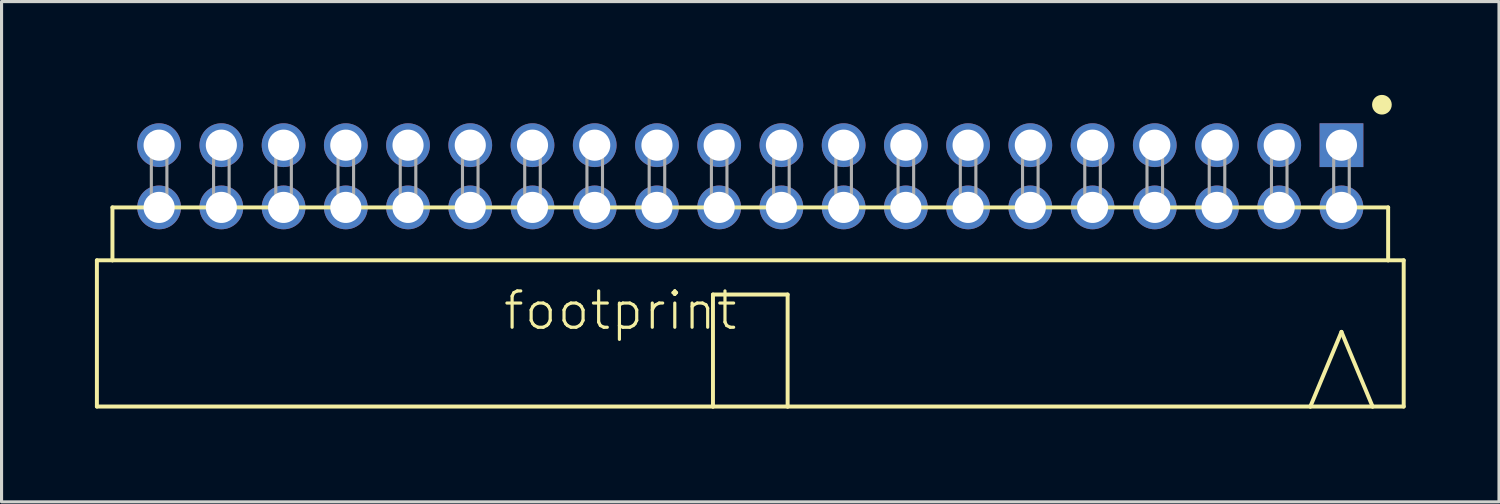
<source format=kicad_pcb>
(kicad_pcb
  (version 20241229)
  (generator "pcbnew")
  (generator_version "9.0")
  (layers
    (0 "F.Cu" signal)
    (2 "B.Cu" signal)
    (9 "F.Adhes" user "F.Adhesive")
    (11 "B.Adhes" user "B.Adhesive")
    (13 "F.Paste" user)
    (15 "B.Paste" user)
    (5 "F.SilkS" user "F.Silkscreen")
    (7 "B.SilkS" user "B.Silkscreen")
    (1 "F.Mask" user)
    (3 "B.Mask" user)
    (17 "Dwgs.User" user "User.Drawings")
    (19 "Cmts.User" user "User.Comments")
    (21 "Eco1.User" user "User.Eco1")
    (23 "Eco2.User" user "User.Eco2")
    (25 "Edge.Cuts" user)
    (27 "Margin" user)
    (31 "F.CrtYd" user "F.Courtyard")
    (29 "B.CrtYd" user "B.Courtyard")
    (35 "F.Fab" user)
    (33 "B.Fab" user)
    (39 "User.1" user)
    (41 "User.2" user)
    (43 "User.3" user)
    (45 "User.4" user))
  (footprint "footprint"
    (layer "F.Cu")
    (at 21.064 2.616)
    (property "Reference" "footprint" (at -8 5 0) (layer "F.SilkS") (effects (font (size 1.168 1.168) (thickness 0.102)) (justify left bottom)))
    (fp_line (start -21 2.7) (end -20.5 2.7) (stroke (width 0.127) (type solid)) (layer "F.SilkS"))
    (fp_line (start -21 7.4) (end -21 2.7) (stroke (width 0.127) (type solid)) (layer "F.SilkS"))
    (fp_line (start -21 7.4) (end -1.2 7.4) (stroke (width 0.127) (type solid)) (layer "F.SilkS"))
    (fp_line (start -20.5 1) (end -20.5 2.7) (stroke (width 0.127) (type solid)) (layer "F.SilkS"))
    (fp_line (start -20.5 2.7) (end 20.5 2.7) (stroke (width 0.127) (type solid)) (layer "F.SilkS"))
    (fp_line (start -1.2 3.8) (end 1.2 3.8) (stroke (width 0.127) (type solid)) (layer "F.SilkS"))
    (fp_line (start -1.2 7.4) (end -1.2 3.8) (stroke (width 0.127) (type solid)) (layer "F.SilkS"))
    (fp_line (start -1.2 7.4) (end 1.2 7.4) (stroke (width 0.127) (type solid)) (layer "F.SilkS"))
    (fp_line (start 1.2 7.4) (end 1.2 3.8) (stroke (width 0.127) (type solid)) (layer "F.SilkS"))
    (fp_line (start 1.2 7.4) (end 18 7.4) (stroke (width 0.127) (type solid)) (layer "F.SilkS"))
    (fp_line (start 18 7.4) (end 20 7.4) (stroke (width 0.127) (type solid)) (layer "F.SilkS"))
    (fp_line (start 19 5) (end 18 7.4) (stroke (width 0.127) (type solid)) (layer "F.SilkS"))
    (fp_line (start 20 7.4) (end 19 5) (stroke (width 0.127) (type solid)) (layer "F.SilkS"))
    (fp_line (start 20 7.4) (end 21 7.4) (stroke (width 0.127) (type solid)) (layer "F.SilkS"))
    (fp_line (start 20.5 1) (end -20.5 1) (stroke (width 0.127) (type solid)) (layer "F.SilkS"))
    (fp_line (start 20.5 1) (end 20.5 2.7) (stroke (width 0.127) (type solid)) (layer "F.SilkS"))
    (fp_line (start 20.5 2.7) (end 21 2.7) (stroke (width 0.127) (type solid)) (layer "F.SilkS"))
    (fp_line (start 21 7.4) (end 21 2.7) (stroke (width 0.127) (type solid)) (layer "F.SilkS"))
    (fp_circle (center 20.3 -2.3) (end 20.458 -2.3) (stroke (width 0.316) (type solid)) (fill yes) (layer "F.SilkS"))
    (fp_poly (pts (xy -19.25 1) (xy -18.75 1) (xy -18.75 -1.25) (xy -19.25 -1.25)) (stroke (width 0.1) (type solid)) (fill no) (layer "F.Fab"))
    (fp_poly (pts (xy -17.25 1) (xy -16.75 1) (xy -16.75 -1.25) (xy -17.25 -1.25)) (stroke (width 0.1) (type solid)) (fill no) (layer "F.Fab"))
    (fp_poly (pts (xy -15.25 1) (xy -14.75 1) (xy -14.75 -1.25) (xy -15.25 -1.25)) (stroke (width 0.1) (type solid)) (fill no) (layer "F.Fab"))
    (fp_poly (pts (xy -13.25 1) (xy -12.75 1) (xy -12.75 -1.25) (xy -13.25 -1.25)) (stroke (width 0.1) (type solid)) (fill no) (layer "F.Fab"))
    (fp_poly (pts (xy -11.25 1) (xy -10.75 1) (xy -10.75 -1.25) (xy -11.25 -1.25)) (stroke (width 0.1) (type solid)) (fill no) (layer "F.Fab"))
    (fp_poly (pts (xy -9.25 1) (xy -8.75 1) (xy -8.75 -1.25) (xy -9.25 -1.25)) (stroke (width 0.1) (type solid)) (fill no) (layer "F.Fab"))
    (fp_poly (pts (xy -7.25 1) (xy -6.75 1) (xy -6.75 -1.25) (xy -7.25 -1.25)) (stroke (width 0.1) (type solid)) (fill no) (layer "F.Fab"))
    (fp_poly (pts (xy -5.25 1) (xy -4.75 1) (xy -4.75 -1.25) (xy -5.25 -1.25)) (stroke (width 0.1) (type solid)) (fill no) (layer "F.Fab"))
    (fp_poly (pts (xy -3.25 1) (xy -2.75 1) (xy -2.75 -1.25) (xy -3.25 -1.25)) (stroke (width 0.1) (type solid)) (fill no) (layer "F.Fab"))
    (fp_poly (pts (xy -1.25 1) (xy -0.75 1) (xy -0.75 -1.25) (xy -1.25 -1.25)) (stroke (width 0.1) (type solid)) (fill no) (layer "F.Fab"))
    (fp_poly (pts (xy 0.75 1) (xy 1.25 1) (xy 1.25 -1.25) (xy 0.75 -1.25)) (stroke (width 0.1) (type solid)) (fill no) (layer "F.Fab"))
    (fp_poly (pts (xy 2.75 1) (xy 3.25 1) (xy 3.25 -1.25) (xy 2.75 -1.25)) (stroke (width 0.1) (type solid)) (fill no) (layer "F.Fab"))
    (fp_poly (pts (xy 4.75 1) (xy 5.25 1) (xy 5.25 -1.25) (xy 4.75 -1.25)) (stroke (width 0.1) (type solid)) (fill no) (layer "F.Fab"))
    (fp_poly (pts (xy 6.75 1) (xy 7.25 1) (xy 7.25 -1.25) (xy 6.75 -1.25)) (stroke (width 0.1) (type solid)) (fill no) (layer "F.Fab"))
    (fp_poly (pts (xy 8.75 1) (xy 9.25 1) (xy 9.25 -1.25) (xy 8.75 -1.25)) (stroke (width 0.1) (type solid)) (fill no) (layer "F.Fab"))
    (fp_poly (pts (xy 10.75 1) (xy 11.25 1) (xy 11.25 -1.25) (xy 10.75 -1.25)) (stroke (width 0.1) (type solid)) (fill no) (layer "F.Fab"))
    (fp_poly (pts (xy 12.75 1) (xy 13.25 1) (xy 13.25 -1.25) (xy 12.75 -1.25)) (stroke (width 0.1) (type solid)) (fill no) (layer "F.Fab"))
    (fp_poly (pts (xy 14.75 1) (xy 15.25 1) (xy 15.25 -1.25) (xy 14.75 -1.25)) (stroke (width 0.1) (type solid)) (fill no) (layer "F.Fab"))
    (fp_poly (pts (xy 16.75 1) (xy 17.25 1) (xy 17.25 -1.25) (xy 16.75 -1.25)) (stroke (width 0.1) (type solid)) (fill no) (layer "F.Fab"))
    (fp_poly (pts (xy 18.75 1) (xy 19.25 1) (xy 19.25 -1.25) (xy 18.75 -1.25)) (stroke (width 0.1) (type solid)) (fill no) (layer "F.Fab"))
    (pad "1" thru_hole rect (at 19 -1 180) (size 1.406 1.406) (drill 1) (layers "*.Cu" "*.Mask"))
    (pad "2" thru_hole circle (at 19 1 180) (size 1.406 1.406) (drill 1) (layers "*.Cu" "*.Mask"))
    (pad "3" thru_hole circle (at 17 -1 180) (size 1.406 1.406) (drill 1) (layers "*.Cu" "*.Mask"))
    (pad "4" thru_hole circle (at 17 1 180) (size 1.406 1.406) (drill 1) (layers "*.Cu" "*.Mask"))
    (pad "5" thru_hole circle (at 15 -1 180) (size 1.406 1.406) (drill 1) (layers "*.Cu" "*.Mask"))
    (pad "6" thru_hole circle (at 15 1 180) (size 1.406 1.406) (drill 1) (layers "*.Cu" "*.Mask"))
    (pad "7" thru_hole circle (at 13 -1 180) (size 1.406 1.406) (drill 1) (layers "*.Cu" "*.Mask"))
    (pad "8" thru_hole circle (at 13 1 180) (size 1.406 1.406) (drill 1) (layers "*.Cu" "*.Mask"))
    (pad "9" thru_hole circle (at 11 -1 180) (size 1.406 1.406) (drill 1) (layers "*.Cu" "*.Mask"))
    (pad "10" thru_hole circle (at 11 1 180) (size 1.406 1.406) (drill 1) (layers "*.Cu" "*.Mask"))
    (pad "11" thru_hole circle (at 9 -1 180) (size 1.406 1.406) (drill 1) (layers "*.Cu" "*.Mask"))
    (pad "12" thru_hole circle (at 9 1 180) (size 1.406 1.406) (drill 1) (layers "*.Cu" "*.Mask"))
    (pad "13" thru_hole circle (at 7 -1 180) (size 1.406 1.406) (drill 1) (layers "*.Cu" "*.Mask"))
    (pad "14" thru_hole circle (at 7 1 180) (size 1.406 1.406) (drill 1) (layers "*.Cu" "*.Mask"))
    (pad "15" thru_hole circle (at 5 -1 180) (size 1.406 1.406) (drill 1) (layers "*.Cu" "*.Mask"))
    (pad "16" thru_hole circle (at 5 1 180) (size 1.406 1.406) (drill 1) (layers "*.Cu" "*.Mask"))
    (pad "17" thru_hole circle (at 3 -1 180) (size 1.406 1.406) (drill 1) (layers "*.Cu" "*.Mask"))
    (pad "18" thru_hole circle (at 3 1 180) (size 1.406 1.406) (drill 1) (layers "*.Cu" "*.Mask"))
    (pad "19" thru_hole circle (at 1 -1 180) (size 1.406 1.406) (drill 1) (layers "*.Cu" "*.Mask"))
    (pad "20" thru_hole circle (at 1 1 180) (size 1.406 1.406) (drill 1) (layers "*.Cu" "*.Mask"))
    (pad "21" thru_hole circle (at -1 -1 180) (size 1.406 1.406) (drill 1) (layers "*.Cu" "*.Mask"))
    (pad "22" thru_hole circle (at -1 1 180) (size 1.406 1.406) (drill 1) (layers "*.Cu" "*.Mask"))
    (pad "23" thru_hole circle (at -3 -1 180) (size 1.406 1.406) (drill 1) (layers "*.Cu" "*.Mask"))
    (pad "24" thru_hole circle (at -3 1 180) (size 1.406 1.406) (drill 1) (layers "*.Cu" "*.Mask"))
    (pad "25" thru_hole circle (at -5 -1 180) (size 1.406 1.406) (drill 1) (layers "*.Cu" "*.Mask"))
    (pad "26" thru_hole circle (at -5 1 180) (size 1.406 1.406) (drill 1) (layers "*.Cu" "*.Mask"))
    (pad "27" thru_hole circle (at -7 -1 180) (size 1.406 1.406) (drill 1) (layers "*.Cu" "*.Mask"))
    (pad "28" thru_hole circle (at -7 1 180) (size 1.406 1.406) (drill 1) (layers "*.Cu" "*.Mask"))
    (pad "29" thru_hole circle (at -9 -1 180) (size 1.406 1.406) (drill 1) (layers "*.Cu" "*.Mask"))
    (pad "30" thru_hole circle (at -9 1 180) (size 1.406 1.406) (drill 1) (layers "*.Cu" "*.Mask"))
    (pad "31" thru_hole circle (at -11 -1 180) (size 1.406 1.406) (drill 1) (layers "*.Cu" "*.Mask"))
    (pad "32" thru_hole circle (at -11 1 180) (size 1.406 1.406) (drill 1) (layers "*.Cu" "*.Mask"))
    (pad "33" thru_hole circle (at -13 -1 180) (size 1.406 1.406) (drill 1) (layers "*.Cu" "*.Mask"))
    (pad "34" thru_hole circle (at -13 1 180) (size 1.406 1.406) (drill 1) (layers "*.Cu" "*.Mask"))
    (pad "35" thru_hole circle (at -15 -1 180) (size 1.406 1.406) (drill 1) (layers "*.Cu" "*.Mask"))
    (pad "36" thru_hole circle (at -15 1 180) (size 1.406 1.406) (drill 1) (layers "*.Cu" "*.Mask"))
    (pad "37" thru_hole circle (at -17 -1 180) (size 1.406 1.406) (drill 1) (layers "*.Cu" "*.Mask"))
    (pad "38" thru_hole circle (at -17 1 180) (size 1.406 1.406) (drill 1) (layers "*.Cu" "*.Mask"))
    (pad "39" thru_hole circle (at -19 -1 180) (size 1.406 1.406) (drill 1) (layers "*.Cu" "*.Mask"))
    (pad "40" thru_hole circle (at -19 1 180) (size 1.406 1.406) (drill 1) (layers "*.Cu" "*.Mask")))
  (gr_rect
    (start -3 -3)
    (end 45.127 13.08)
    (stroke (width 0.1) (type default))
    (fill no)
    (layer "Edge.Cuts")))
</source>
